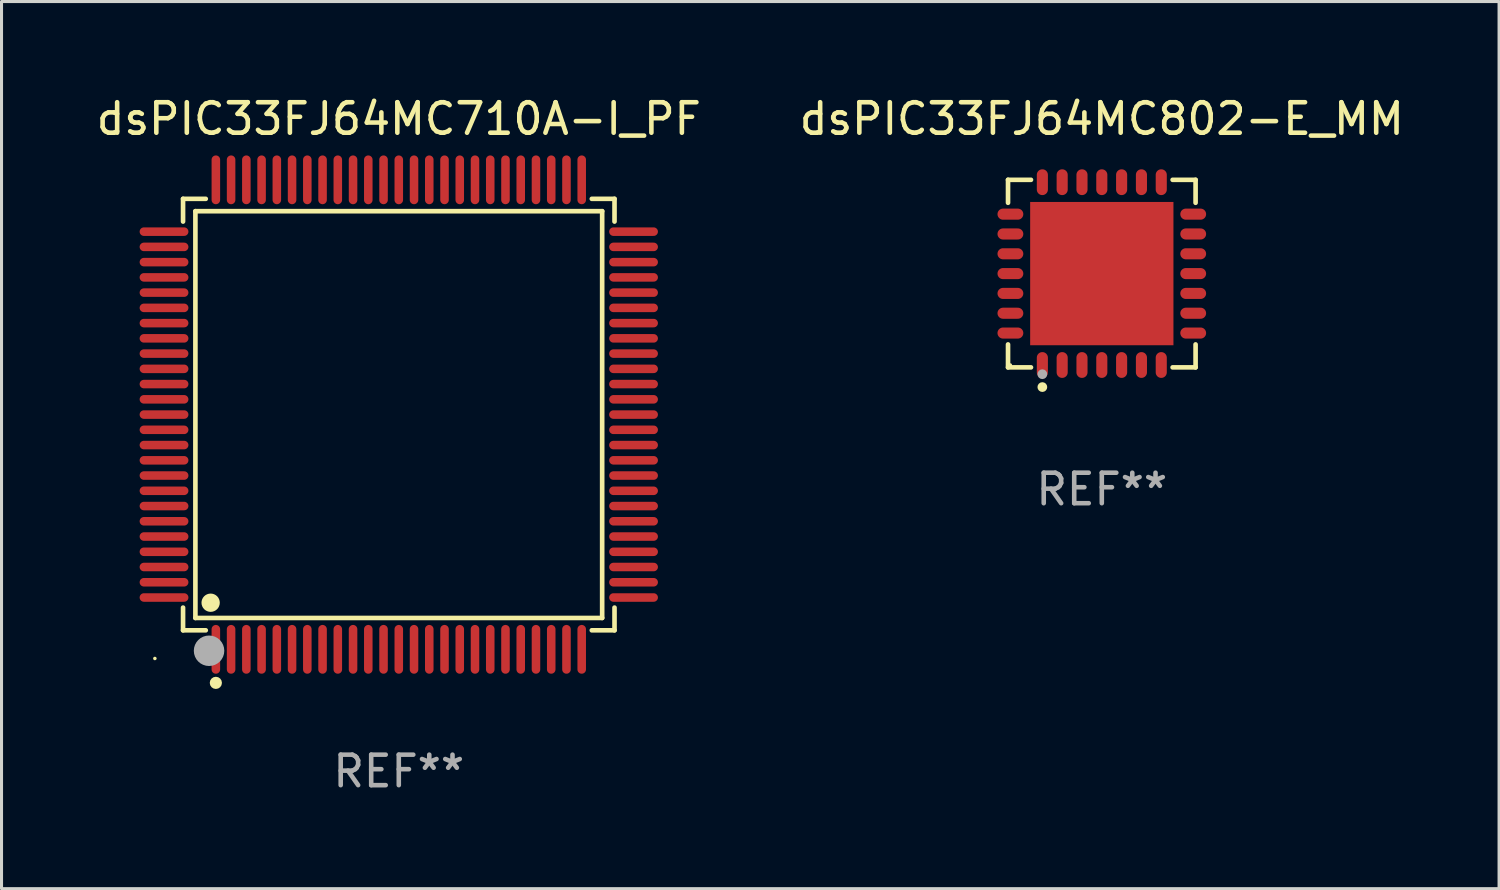
<source format=kicad_pcb>
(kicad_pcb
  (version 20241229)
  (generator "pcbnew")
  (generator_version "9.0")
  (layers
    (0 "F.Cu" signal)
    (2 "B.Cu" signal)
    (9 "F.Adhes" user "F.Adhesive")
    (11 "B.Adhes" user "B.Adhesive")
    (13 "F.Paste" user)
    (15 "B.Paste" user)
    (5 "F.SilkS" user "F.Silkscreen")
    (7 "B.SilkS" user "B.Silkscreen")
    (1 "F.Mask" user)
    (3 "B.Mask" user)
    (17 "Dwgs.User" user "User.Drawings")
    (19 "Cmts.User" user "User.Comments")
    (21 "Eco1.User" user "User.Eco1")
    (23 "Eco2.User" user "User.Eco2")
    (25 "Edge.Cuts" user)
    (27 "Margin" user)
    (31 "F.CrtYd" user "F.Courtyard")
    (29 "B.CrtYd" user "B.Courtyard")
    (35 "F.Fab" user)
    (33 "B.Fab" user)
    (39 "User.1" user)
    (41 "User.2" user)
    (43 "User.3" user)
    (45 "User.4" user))
  (footprint "dsPIC33FJ64MC802-E_MM"
    (layer "F.Cu")
    (at 33.089 5.924)
    (property "Reference" "dsPIC33FJ64MC802-E_MM" (at 0 -5.076 0) (layer "F.SilkS") (effects (font (size 1 1) (thickness 0.15))))
    (attr through_hole)
    (fp_line (start -3.076 -3.076) (end -2.323 -3.076) (stroke (width 0.152) (type solid)) (layer "F.SilkS"))
    (fp_line (start -3.076 -2.323) (end -3.076 -3.076) (stroke (width 0.152) (type solid)) (layer "F.SilkS"))
    (fp_line (start -3.076 2.323) (end -3.076 3.076) (stroke (width 0.152) (type solid)) (layer "F.SilkS"))
    (fp_line (start -3.076 3.076) (end -2.323 3.076) (stroke (width 0.152) (type solid)) (layer "F.SilkS"))
    (fp_line (start 3.076 -3.076) (end 2.323 -3.076) (stroke (width 0.152) (type solid)) (layer "F.SilkS"))
    (fp_line (start 3.076 -2.323) (end 3.076 -3.076) (stroke (width 0.152) (type solid)) (layer "F.SilkS"))
    (fp_line (start 3.076 2.323) (end 3.076 3.076) (stroke (width 0.152) (type solid)) (layer "F.SilkS"))
    (fp_line (start 3.076 3.076) (end 2.323 3.076) (stroke (width 0.152) (type solid)) (layer "F.SilkS"))
    (fp_circle (center -3 3) (end -2.97 3) (stroke (width 0.06) (type solid)) (fill no) (layer "F.SilkS"))
    (fp_circle (center -1.95 3.722) (end -1.87 3.722) (stroke (width 0.16) (type solid)) (fill no) (layer "F.SilkS"))
    (fp_circle (center -1.95 3.3) (end -1.87 3.3) (stroke (width 0.16) (type solid)) (fill no) (layer "F.Fab"))
    (fp_text user "REF**" (at 0 7.076 0) (layer "F.Fab") (effects (font (size 1 1) (thickness 0.15))))
    (pad "1" smd oval (at -1.95 2.998) (size 0.364 0.847) (layers "F.Cu" "F.Mask" "F.Paste"))
    (pad "2" smd oval (at -1.3 2.998) (size 0.364 0.847) (layers "F.Cu" "F.Mask" "F.Paste"))
    (pad "3" smd oval (at -0.65 2.998) (size 0.364 0.847) (layers "F.Cu" "F.Mask" "F.Paste"))
    (pad "4" smd oval (at 0 2.998) (size 0.364 0.847) (layers "F.Cu" "F.Mask" "F.Paste"))
    (pad "5" smd oval (at 0.65 2.998) (size 0.364 0.847) (layers "F.Cu" "F.Mask" "F.Paste"))
    (pad "6" smd oval (at 1.3 2.998) (size 0.364 0.847) (layers "F.Cu" "F.Mask" "F.Paste"))
    (pad "7" smd oval (at 1.95 2.998) (size 0.364 0.847) (layers "F.Cu" "F.Mask" "F.Paste"))
    (pad "8" smd oval (at 2.998 1.95) (size 0.847 0.364) (layers "F.Cu" "F.Mask" "F.Paste"))
    (pad "9" smd oval (at 2.998 1.3) (size 0.847 0.364) (layers "F.Cu" "F.Mask" "F.Paste"))
    (pad "10" smd oval (at 2.998 0.65) (size 0.847 0.364) (layers "F.Cu" "F.Mask" "F.Paste"))
    (pad "11" smd oval (at 2.998 0) (size 0.847 0.364) (layers "F.Cu" "F.Mask" "F.Paste"))
    (pad "12" smd oval (at 2.998 -0.65) (size 0.847 0.364) (layers "F.Cu" "F.Mask" "F.Paste"))
    (pad "13" smd oval (at 2.998 -1.3) (size 0.847 0.364) (layers "F.Cu" "F.Mask" "F.Paste"))
    (pad "14" smd oval (at 2.998 -1.95) (size 0.847 0.364) (layers "F.Cu" "F.Mask" "F.Paste"))
    (pad "15" smd oval (at 1.95 -2.998) (size 0.364 0.847) (layers "F.Cu" "F.Mask" "F.Paste"))
    (pad "16" smd oval (at 1.3 -2.998) (size 0.364 0.847) (layers "F.Cu" "F.Mask" "F.Paste"))
    (pad "17" smd oval (at 0.65 -2.998) (size 0.364 0.847) (layers "F.Cu" "F.Mask" "F.Paste"))
    (pad "18" smd oval (at 0 -2.998) (size 0.364 0.847) (layers "F.Cu" "F.Mask" "F.Paste"))
    (pad "19" smd oval (at -0.65 -2.998) (size 0.364 0.847) (layers "F.Cu" "F.Mask" "F.Paste"))
    (pad "20" smd oval (at -1.3 -2.998) (size 0.364 0.847) (layers "F.Cu" "F.Mask" "F.Paste"))
    (pad "21" smd oval (at -1.95 -2.998) (size 0.364 0.847) (layers "F.Cu" "F.Mask" "F.Paste"))
    (pad "22" smd oval (at -2.998 -1.95) (size 0.847 0.364) (layers "F.Cu" "F.Mask" "F.Paste"))
    (pad "23" smd oval (at -2.998 -1.3) (size 0.847 0.364) (layers "F.Cu" "F.Mask" "F.Paste"))
    (pad "24" smd oval (at -2.998 -0.65) (size 0.847 0.364) (layers "F.Cu" "F.Mask" "F.Paste"))
    (pad "25" smd oval (at -2.998 0) (size 0.847 0.364) (layers "F.Cu" "F.Mask" "F.Paste"))
    (pad "26" smd oval (at -2.998 0.65) (size 0.847 0.364) (layers "F.Cu" "F.Mask" "F.Paste"))
    (pad "27" smd oval (at -2.998 1.3) (size 0.847 0.364) (layers "F.Cu" "F.Mask" "F.Paste"))
    (pad "28" smd oval (at -2.998 1.95) (size 0.847 0.364) (layers "F.Cu" "F.Mask" "F.Paste"))
    (pad "29" smd rect (at 0 0) (size 4.7 4.7) (layers "F.Cu" "F.Mask" "F.Paste")))
  (footprint "dsPIC33FJ64MC710A-I_PF"
    (layer "F.Cu")
    (at 10.03 10.548)
    (property "Reference" "dsPIC33FJ64MC710A-I_PF" (at 0 -9.7 0) (layer "F.SilkS") (effects (font (size 1 1) (thickness 0.15))))
    (attr through_hole)
    (fp_line (start -7.076 -7.076) (end -6.331 -7.076) (stroke (width 0.152) (type solid)) (layer "F.SilkS"))
    (fp_line (start -7.076 -6.331) (end -7.076 -7.076) (stroke (width 0.152) (type solid)) (layer "F.SilkS"))
    (fp_line (start -7.076 6.331) (end -7.076 7.076) (stroke (width 0.152) (type solid)) (layer "F.SilkS"))
    (fp_line (start -7.076 7.076) (end -6.331 7.076) (stroke (width 0.152) (type solid)) (layer "F.SilkS"))
    (fp_line (start -6.671 -6.671) (end 6.671 -6.671) (stroke (width 0.152) (type solid)) (layer "F.SilkS"))
    (fp_line (start -6.671 6.671) (end -6.671 -6.671) (stroke (width 0.152) (type solid)) (layer "F.SilkS"))
    (fp_line (start 6.671 -6.671) (end 6.671 6.671) (stroke (width 0.152) (type solid)) (layer "F.SilkS"))
    (fp_line (start 6.671 6.671) (end -6.671 6.671) (stroke (width 0.152) (type solid)) (layer "F.SilkS"))
    (fp_line (start 7.076 -7.076) (end 6.331 -7.076) (stroke (width 0.152) (type solid)) (layer "F.SilkS"))
    (fp_line (start 7.076 -6.331) (end 7.076 -7.076) (stroke (width 0.152) (type solid)) (layer "F.SilkS"))
    (fp_line (start 7.076 6.331) (end 7.076 7.076) (stroke (width 0.152) (type solid)) (layer "F.SilkS"))
    (fp_line (start 7.076 7.076) (end 6.331 7.076) (stroke (width 0.152) (type solid)) (layer "F.SilkS"))
    (fp_circle (center -8 8) (end -7.97 8) (stroke (width 0.06) (type solid)) (fill no) (layer "F.SilkS"))
    (fp_circle (center -6.171 6.171) (end -6.021 6.171) (stroke (width 0.3) (type solid)) (fill no) (layer "F.SilkS"))
    (fp_circle (center -6 8.8) (end -5.9 8.8) (stroke (width 0.2) (type solid)) (fill no) (layer "F.SilkS"))
    (fp_circle (center -6.223 7.747) (end -5.973 7.747) (stroke (width 0.5) (type solid)) (fill no) (layer "F.Fab"))
    (fp_text user "REF**" (at 0 11.7 0) (layer "F.Fab") (effects (font (size 1 1) (thickness 0.15))))
    (pad "1" smd oval (at -6 7.7) (size 0.28 1.6) (layers "F.Cu" "F.Mask" "F.Paste"))
    (pad "2" smd oval (at -5.5 7.7) (size 0.28 1.6) (layers "F.Cu" "F.Mask" "F.Paste"))
    (pad "3" smd oval (at -5 7.7) (size 0.28 1.6) (layers "F.Cu" "F.Mask" "F.Paste"))
    (pad "4" smd oval (at -4.5 7.7) (size 0.28 1.6) (layers "F.Cu" "F.Mask" "F.Paste"))
    (pad "5" smd oval (at -4 7.7) (size 0.28 1.6) (layers "F.Cu" "F.Mask" "F.Paste"))
    (pad "6" smd oval (at -3.5 7.7) (size 0.28 1.6) (layers "F.Cu" "F.Mask" "F.Paste"))
    (pad "7" smd oval (at -3 7.7) (size 0.28 1.6) (layers "F.Cu" "F.Mask" "F.Paste"))
    (pad "8" smd oval (at -2.5 7.7) (size 0.28 1.6) (layers "F.Cu" "F.Mask" "F.Paste"))
    (pad "9" smd oval (at -2 7.7) (size 0.28 1.6) (layers "F.Cu" "F.Mask" "F.Paste"))
    (pad "10" smd oval (at -1.5 7.7) (size 0.28 1.6) (layers "F.Cu" "F.Mask" "F.Paste"))
    (pad "11" smd oval (at -1 7.7) (size 0.28 1.6) (layers "F.Cu" "F.Mask" "F.Paste"))
    (pad "12" smd oval (at -0.5 7.7) (size 0.28 1.6) (layers "F.Cu" "F.Mask" "F.Paste"))
    (pad "13" smd oval (at 0 7.7) (size 0.28 1.6) (layers "F.Cu" "F.Mask" "F.Paste"))
    (pad "14" smd oval (at 0.5 7.7) (size 0.28 1.6) (layers "F.Cu" "F.Mask" "F.Paste"))
    (pad "15" smd oval (at 1 7.7) (size 0.28 1.6) (layers "F.Cu" "F.Mask" "F.Paste"))
    (pad "16" smd oval (at 1.5 7.7) (size 0.28 1.6) (layers "F.Cu" "F.Mask" "F.Paste"))
    (pad "17" smd oval (at 2 7.7) (size 0.28 1.6) (layers "F.Cu" "F.Mask" "F.Paste"))
    (pad "18" smd oval (at 2.5 7.7) (size 0.28 1.6) (layers "F.Cu" "F.Mask" "F.Paste"))
    (pad "19" smd oval (at 3 7.7) (size 0.28 1.6) (layers "F.Cu" "F.Mask" "F.Paste"))
    (pad "20" smd oval (at 3.5 7.7) (size 0.28 1.6) (layers "F.Cu" "F.Mask" "F.Paste"))
    (pad "21" smd oval (at 4 7.7) (size 0.28 1.6) (layers "F.Cu" "F.Mask" "F.Paste"))
    (pad "22" smd oval (at 4.5 7.7) (size 0.28 1.6) (layers "F.Cu" "F.Mask" "F.Paste"))
    (pad "23" smd oval (at 5 7.7) (size 0.28 1.6) (layers "F.Cu" "F.Mask" "F.Paste"))
    (pad "24" smd oval (at 5.5 7.7) (size 0.28 1.6) (layers "F.Cu" "F.Mask" "F.Paste"))
    (pad "25" smd oval (at 6 7.7) (size 0.28 1.6) (layers "F.Cu" "F.Mask" "F.Paste"))
    (pad "26" smd oval (at 7.7 6) (size 1.6 0.28) (layers "F.Cu" "F.Mask" "F.Paste"))
    (pad "27" smd oval (at 7.7 5.5) (size 1.6 0.28) (layers "F.Cu" "F.Mask" "F.Paste"))
    (pad "28" smd oval (at 7.7 5) (size 1.6 0.28) (layers "F.Cu" "F.Mask" "F.Paste"))
    (pad "29" smd oval (at 7.7 4.5) (size 1.6 0.28) (layers "F.Cu" "F.Mask" "F.Paste"))
    (pad "30" smd oval (at 7.7 4) (size 1.6 0.28) (layers "F.Cu" "F.Mask" "F.Paste"))
    (pad "31" smd oval (at 7.7 3.5) (size 1.6 0.28) (layers "F.Cu" "F.Mask" "F.Paste"))
    (pad "32" smd oval (at 7.7 3) (size 1.6 0.28) (layers "F.Cu" "F.Mask" "F.Paste"))
    (pad "33" smd oval (at 7.7 2.5) (size 1.6 0.28) (layers "F.Cu" "F.Mask" "F.Paste"))
    (pad "34" smd oval (at 7.7 2) (size 1.6 0.28) (layers "F.Cu" "F.Mask" "F.Paste"))
    (pad "35" smd oval (at 7.7 1.5) (size 1.6 0.28) (layers "F.Cu" "F.Mask" "F.Paste"))
    (pad "36" smd oval (at 7.7 1) (size 1.6 0.28) (layers "F.Cu" "F.Mask" "F.Paste"))
    (pad "37" smd oval (at 7.7 0.5) (size 1.6 0.28) (layers "F.Cu" "F.Mask" "F.Paste"))
    (pad "38" smd oval (at 7.7 0) (size 1.6 0.28) (layers "F.Cu" "F.Mask" "F.Paste"))
    (pad "39" smd oval (at 7.7 -0.5) (size 1.6 0.28) (layers "F.Cu" "F.Mask" "F.Paste"))
    (pad "40" smd oval (at 7.7 -1) (size 1.6 0.28) (layers "F.Cu" "F.Mask" "F.Paste"))
    (pad "41" smd oval (at 7.7 -1.5) (size 1.6 0.28) (layers "F.Cu" "F.Mask" "F.Paste"))
    (pad "42" smd oval (at 7.7 -2) (size 1.6 0.28) (layers "F.Cu" "F.Mask" "F.Paste"))
    (pad "43" smd oval (at 7.7 -2.5) (size 1.6 0.28) (layers "F.Cu" "F.Mask" "F.Paste"))
    (pad "44" smd oval (at 7.7 -3) (size 1.6 0.28) (layers "F.Cu" "F.Mask" "F.Paste"))
    (pad "45" smd oval (at 7.7 -3.5) (size 1.6 0.28) (layers "F.Cu" "F.Mask" "F.Paste"))
    (pad "46" smd oval (at 7.7 -4) (size 1.6 0.28) (layers "F.Cu" "F.Mask" "F.Paste"))
    (pad "47" smd oval (at 7.7 -4.5) (size 1.6 0.28) (layers "F.Cu" "F.Mask" "F.Paste"))
    (pad "48" smd oval (at 7.7 -5) (size 1.6 0.28) (layers "F.Cu" "F.Mask" "F.Paste"))
    (pad "49" smd oval (at 7.7 -5.5) (size 1.6 0.28) (layers "F.Cu" "F.Mask" "F.Paste"))
    (pad "50" smd oval (at 7.7 -6) (size 1.6 0.28) (layers "F.Cu" "F.Mask" "F.Paste"))
    (pad "51" smd oval (at 6 -7.7) (size 0.28 1.6) (layers "F.Cu" "F.Mask" "F.Paste"))
    (pad "52" smd oval (at 5.5 -7.7) (size 0.28 1.6) (layers "F.Cu" "F.Mask" "F.Paste"))
    (pad "53" smd oval (at 5 -7.7) (size 0.28 1.6) (layers "F.Cu" "F.Mask" "F.Paste"))
    (pad "54" smd oval (at 4.5 -7.7) (size 0.28 1.6) (layers "F.Cu" "F.Mask" "F.Paste"))
    (pad "55" smd oval (at 4 -7.7) (size 0.28 1.6) (layers "F.Cu" "F.Mask" "F.Paste"))
    (pad "56" smd oval (at 3.5 -7.7) (size 0.28 1.6) (layers "F.Cu" "F.Mask" "F.Paste"))
    (pad "57" smd oval (at 3 -7.7) (size 0.28 1.6) (layers "F.Cu" "F.Mask" "F.Paste"))
    (pad "58" smd oval (at 2.5 -7.7) (size 0.28 1.6) (layers "F.Cu" "F.Mask" "F.Paste"))
    (pad "59" smd oval (at 2 -7.7) (size 0.28 1.6) (layers "F.Cu" "F.Mask" "F.Paste"))
    (pad "60" smd oval (at 1.5 -7.7) (size 0.28 1.6) (layers "F.Cu" "F.Mask" "F.Paste"))
    (pad "61" smd oval (at 1 -7.7) (size 0.28 1.6) (layers "F.Cu" "F.Mask" "F.Paste"))
    (pad "62" smd oval (at 0.5 -7.7) (size 0.28 1.6) (layers "F.Cu" "F.Mask" "F.Paste"))
    (pad "63" smd oval (at 0 -7.7) (size 0.28 1.6) (layers "F.Cu" "F.Mask" "F.Paste"))
    (pad "64" smd oval (at -0.5 -7.7) (size 0.28 1.6) (layers "F.Cu" "F.Mask" "F.Paste"))
    (pad "65" smd oval (at -1 -7.7) (size 0.28 1.6) (layers "F.Cu" "F.Mask" "F.Paste"))
    (pad "66" smd oval (at -1.5 -7.7) (size 0.28 1.6) (layers "F.Cu" "F.Mask" "F.Paste"))
    (pad "67" smd oval (at -2 -7.7) (size 0.28 1.6) (layers "F.Cu" "F.Mask" "F.Paste"))
    (pad "68" smd oval (at -2.5 -7.7) (size 0.28 1.6) (layers "F.Cu" "F.Mask" "F.Paste"))
    (pad "69" smd oval (at -3 -7.7) (size 0.28 1.6) (layers "F.Cu" "F.Mask" "F.Paste"))
    (pad "70" smd oval (at -3.5 -7.7) (size 0.28 1.6) (layers "F.Cu" "F.Mask" "F.Paste"))
    (pad "71" smd oval (at -4 -7.7) (size 0.28 1.6) (layers "F.Cu" "F.Mask" "F.Paste"))
    (pad "72" smd oval (at -4.5 -7.7) (size 0.28 1.6) (layers "F.Cu" "F.Mask" "F.Paste"))
    (pad "73" smd oval (at -5 -7.7) (size 0.28 1.6) (layers "F.Cu" "F.Mask" "F.Paste"))
    (pad "74" smd oval (at -5.5 -7.7) (size 0.28 1.6) (layers "F.Cu" "F.Mask" "F.Paste"))
    (pad "75" smd oval (at -6 -7.7) (size 0.28 1.6) (layers "F.Cu" "F.Mask" "F.Paste"))
    (pad "76" smd oval (at -7.7 -6) (size 1.6 0.28) (layers "F.Cu" "F.Mask" "F.Paste"))
    (pad "77" smd oval (at -7.7 -5.5) (size 1.6 0.28) (layers "F.Cu" "F.Mask" "F.Paste"))
    (pad "78" smd oval (at -7.7 -5) (size 1.6 0.28) (layers "F.Cu" "F.Mask" "F.Paste"))
    (pad "79" smd oval (at -7.7 -4.5) (size 1.6 0.28) (layers "F.Cu" "F.Mask" "F.Paste"))
    (pad "80" smd oval (at -7.7 -4) (size 1.6 0.28) (layers "F.Cu" "F.Mask" "F.Paste"))
    (pad "81" smd oval (at -7.7 -3.5) (size 1.6 0.28) (layers "F.Cu" "F.Mask" "F.Paste"))
    (pad "82" smd oval (at -7.7 -3) (size 1.6 0.28) (layers "F.Cu" "F.Mask" "F.Paste"))
    (pad "83" smd oval (at -7.7 -2.5) (size 1.6 0.28) (layers "F.Cu" "F.Mask" "F.Paste"))
    (pad "84" smd oval (at -7.7 -2) (size 1.6 0.28) (layers "F.Cu" "F.Mask" "F.Paste"))
    (pad "85" smd oval (at -7.7 -1.5) (size 1.6 0.28) (layers "F.Cu" "F.Mask" "F.Paste"))
    (pad "86" smd oval (at -7.7 -1) (size 1.6 0.28) (layers "F.Cu" "F.Mask" "F.Paste"))
    (pad "87" smd oval (at -7.7 -0.5) (size 1.6 0.28) (layers "F.Cu" "F.Mask" "F.Paste"))
    (pad "88" smd oval (at -7.7 0) (size 1.6 0.28) (layers "F.Cu" "F.Mask" "F.Paste"))
    (pad "89" smd oval (at -7.7 0.5) (size 1.6 0.28) (layers "F.Cu" "F.Mask" "F.Paste"))
    (pad "90" smd oval (at -7.7 1) (size 1.6 0.28) (layers "F.Cu" "F.Mask" "F.Paste"))
    (pad "91" smd oval (at -7.7 1.5) (size 1.6 0.28) (layers "F.Cu" "F.Mask" "F.Paste"))
    (pad "92" smd oval (at -7.7 2) (size 1.6 0.28) (layers "F.Cu" "F.Mask" "F.Paste"))
    (pad "93" smd oval (at -7.7 2.5) (size 1.6 0.28) (layers "F.Cu" "F.Mask" "F.Paste"))
    (pad "94" smd oval (at -7.7 3) (size 1.6 0.28) (layers "F.Cu" "F.Mask" "F.Paste"))
    (pad "95" smd oval (at -7.7 3.5) (size 1.6 0.28) (layers "F.Cu" "F.Mask" "F.Paste"))
    (pad "96" smd oval (at -7.7 4) (size 1.6 0.28) (layers "F.Cu" "F.Mask" "F.Paste"))
    (pad "97" smd oval (at -7.7 4.5) (size 1.6 0.28) (layers "F.Cu" "F.Mask" "F.Paste"))
    (pad "98" smd oval (at -7.7 5) (size 1.6 0.28) (layers "F.Cu" "F.Mask" "F.Paste"))
    (pad "99" smd oval (at -7.7 5.5) (size 1.6 0.28) (layers "F.Cu" "F.Mask" "F.Paste"))
    (pad "100" smd oval (at -7.7 6) (size 1.6 0.28) (layers "F.Cu" "F.Mask" "F.Paste")))
  (gr_rect
    (start -3 -3)
    (end 46.119 26.097)
    (stroke (width 0.1) (type default))
    (fill no)
    (layer "Edge.Cuts")))
</source>
